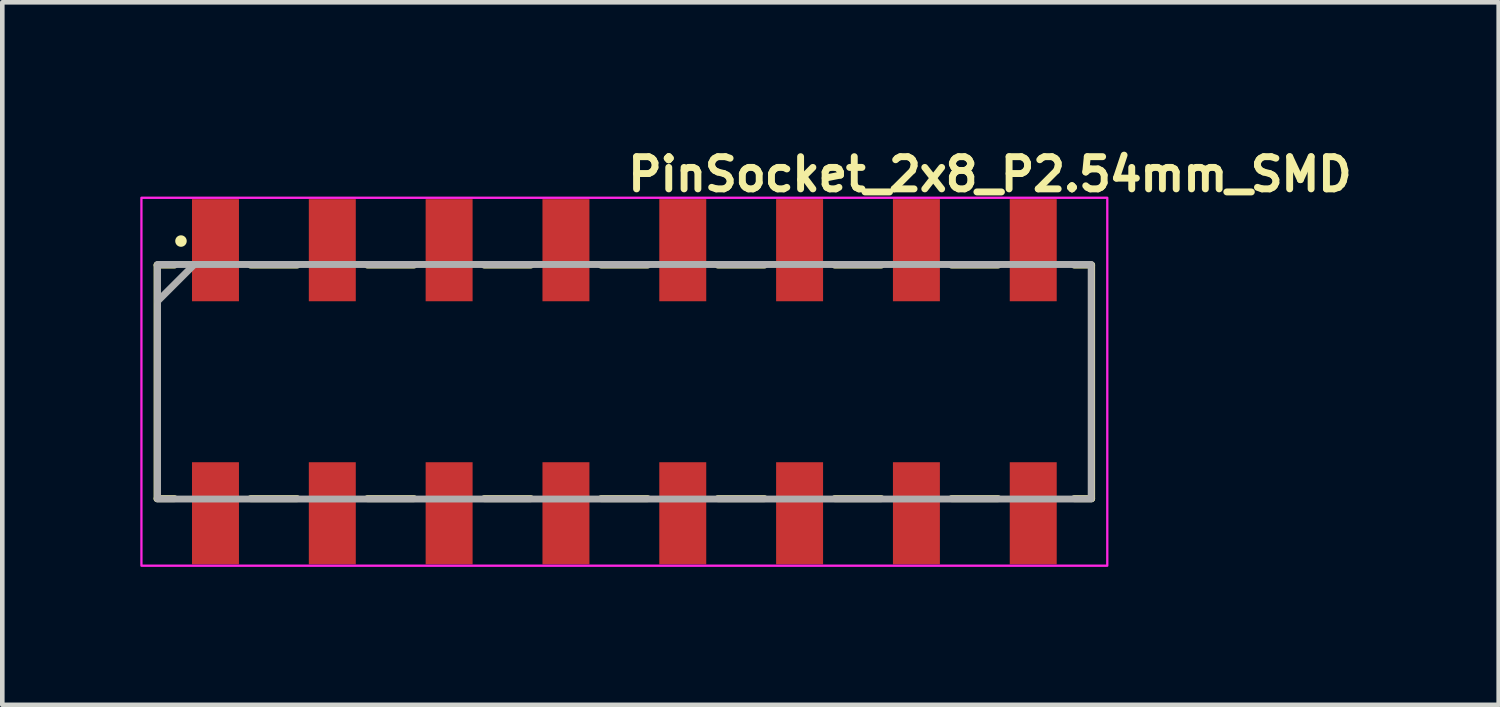
<source format=kicad_pcb>
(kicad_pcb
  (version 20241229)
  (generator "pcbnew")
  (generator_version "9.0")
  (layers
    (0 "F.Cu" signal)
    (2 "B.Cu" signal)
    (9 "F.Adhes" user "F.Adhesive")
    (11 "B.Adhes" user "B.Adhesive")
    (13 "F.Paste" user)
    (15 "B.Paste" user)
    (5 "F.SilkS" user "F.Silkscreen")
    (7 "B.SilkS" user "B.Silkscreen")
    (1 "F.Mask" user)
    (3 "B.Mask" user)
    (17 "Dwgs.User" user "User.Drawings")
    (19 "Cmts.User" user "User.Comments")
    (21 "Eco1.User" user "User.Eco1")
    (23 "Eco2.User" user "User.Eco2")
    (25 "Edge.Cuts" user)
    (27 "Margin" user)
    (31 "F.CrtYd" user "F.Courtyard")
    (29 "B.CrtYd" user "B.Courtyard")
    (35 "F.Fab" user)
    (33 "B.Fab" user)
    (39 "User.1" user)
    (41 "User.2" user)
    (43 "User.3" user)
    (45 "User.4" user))
  (footprint "PinSocket_2x8_P2.54mm_SMD"
    (layer "F.Cu")
    (at 10.525 5.25)
    (property "Reference" "PinSocket_2x8_P2.54mm_SMD" (at 0 -4.1 0) (unlocked yes) (layer "F.SilkS") (effects (font (size 0.7 0.7) (thickness 0.15)) (justify left bottom)))
    (attr smd)
    (fp_line (start -10.16 -2.537) (end -9.779 -2.537) (stroke (width 0.15) (type solid)) (layer "F.SilkS"))
    (fp_line (start -10.16 2.542) (end -10.16 -2.537) (stroke (width 0.15) (type solid)) (layer "F.SilkS"))
    (fp_line (start -10.16 2.542) (end -9.779 2.542) (stroke (width 0.15) (type solid)) (layer "F.SilkS"))
    (fp_line (start -8.128 -2.537) (end -7.112 -2.537) (stroke (width 0.15) (type solid)) (layer "F.SilkS"))
    (fp_line (start -8.128 2.542) (end -7.112 2.542) (stroke (width 0.15) (type solid)) (layer "F.SilkS"))
    (fp_line (start -5.588 -2.537) (end -4.572 -2.537) (stroke (width 0.15) (type solid)) (layer "F.SilkS"))
    (fp_line (start -5.588 2.542) (end -4.572 2.542) (stroke (width 0.15) (type solid)) (layer "F.SilkS"))
    (fp_line (start -3.048 -2.537) (end -2.032 -2.537) (stroke (width 0.15) (type solid)) (layer "F.SilkS"))
    (fp_line (start -3.048 2.542) (end -2.032 2.542) (stroke (width 0.15) (type solid)) (layer "F.SilkS"))
    (fp_line (start -0.508 -2.537) (end 0.508 -2.537) (stroke (width 0.15) (type solid)) (layer "F.SilkS"))
    (fp_line (start -0.508 2.542) (end 0.508 2.542) (stroke (width 0.15) (type solid)) (layer "F.SilkS"))
    (fp_line (start 2.032 -2.537) (end 3.048 -2.537) (stroke (width 0.15) (type solid)) (layer "F.SilkS"))
    (fp_line (start 2.032 2.542) (end 3.048 2.542) (stroke (width 0.15) (type solid)) (layer "F.SilkS"))
    (fp_line (start 4.572 -2.537) (end 5.588 -2.537) (stroke (width 0.15) (type solid)) (layer "F.SilkS"))
    (fp_line (start 4.572 2.542) (end 5.588 2.542) (stroke (width 0.15) (type solid)) (layer "F.SilkS"))
    (fp_line (start 7.112 -2.537) (end 8.128 -2.537) (stroke (width 0.15) (type solid)) (layer "F.SilkS"))
    (fp_line (start 7.112 2.542) (end 8.128 2.542) (stroke (width 0.15) (type solid)) (layer "F.SilkS"))
    (fp_line (start 9.779 -2.537) (end 10.16 -2.537) (stroke (width 0.15) (type solid)) (layer "F.SilkS"))
    (fp_line (start 9.779 2.542) (end 10.16 2.542) (stroke (width 0.15) (type solid)) (layer "F.SilkS"))
    (fp_line (start 10.16 2.542) (end 10.16 -2.537) (stroke (width 0.15) (type solid)) (layer "F.SilkS"))
    (fp_circle (center -9.64 -3.059) (end -9.59 -3.059) (stroke (width 0.15) (type solid)) (fill yes) (layer "F.SilkS"))
    (fp_rect (start -10.5 -4) (end 10.5 4) (stroke (width 0.05) (type solid)) (fill no) (layer "F.CrtYd"))
    (fp_line (start -9.35 -2.55) (end -10.15 -1.75) (stroke (width 0.15) (type solid)) (layer "F.Fab"))
    (fp_rect (start -10.15 -2.55) (end 10.15 2.55) (stroke (width 0.15) (type solid)) (fill no) (layer "F.Fab"))
    (fp_rect (start -10.16 -3.517) (end 10.16 3.517) (stroke (width 0.1) (type solid)) (fill no) (layer "User.5"))
    (fp_line (start -10.16 -2.54) (end -10.16 2.54) (stroke (width 0.02) (type solid)) (layer "User.9"))
    (fp_line (start -10.16 2.54) (end 10.16 2.54) (stroke (width 0.02) (type solid)) (layer "User.9"))
    (fp_line (start -9.334 -1.714) (end -9.334 -0.825) (stroke (width 0.02) (type solid)) (layer "User.9"))
    (fp_line (start -9.334 -0.825) (end -8.445 -0.825) (stroke (width 0.02) (type solid)) (layer "User.9"))
    (fp_line (start -9.334 0.825) (end -9.334 1.714) (stroke (width 0.02) (type solid)) (layer "User.9"))
    (fp_line (start -9.334 1.714) (end -8.445 1.714) (stroke (width 0.02) (type solid)) (layer "User.9"))
    (fp_line (start -9.144 -3.517) (end -9.144 -2.54) (stroke (width 0.02) (type solid)) (layer "User.9"))
    (fp_line (start -9.144 2.54) (end -9.144 3.517) (stroke (width 0.02) (type solid)) (layer "User.9"))
    (fp_line (start -8.635 -3.517) (end -9.144 -3.517) (stroke (width 0.02) (type solid)) (layer "User.9"))
    (fp_line (start -8.635 -3.517) (end -8.635 -2.54) (stroke (width 0.02) (type solid)) (layer "User.9"))
    (fp_line (start -8.635 2.54) (end -8.635 3.517) (stroke (width 0.02) (type solid)) (layer "User.9"))
    (fp_line (start -8.635 3.517) (end -9.144 3.517) (stroke (width 0.02) (type solid)) (layer "User.9"))
    (fp_line (start -8.445 -1.714) (end -9.334 -1.714) (stroke (width 0.02) (type solid)) (layer "User.9"))
    (fp_line (start -8.445 -1.714) (end -9.144 -1.714) (stroke (width 0.02) (type solid)) (layer "User.9"))
    (fp_line (start -8.445 -0.825) (end -8.445 -1.714) (stroke (width 0.02) (type solid)) (layer "User.9"))
    (fp_line (start -8.445 0.825) (end -9.334 0.825) (stroke (width 0.02) (type solid)) (layer "User.9"))
    (fp_line (start -8.445 1.714) (end -9.144 1.714) (stroke (width 0.02) (type solid)) (layer "User.9"))
    (fp_line (start -8.445 1.714) (end -8.445 0.825) (stroke (width 0.02) (type solid)) (layer "User.9"))
    (fp_line (start -7.81 -0.762) (end -7.429 -0.762) (stroke (width 0.02) (type solid)) (layer "User.9"))
    (fp_line (start -7.81 0.762) (end -7.81 -0.762) (stroke (width 0.02) (type solid)) (layer "User.9"))
    (fp_line (start -7.81 0.762) (end -7.429 0.762) (stroke (width 0.02) (type solid)) (layer "User.9"))
    (fp_line (start -7.429 -0.762) (end -7.429 0.762) (stroke (width 0.02) (type solid)) (layer "User.9"))
    (fp_line (start -6.794 -1.714) (end -6.794 -0.825) (stroke (width 0.02) (type solid)) (layer "User.9"))
    (fp_line (start -6.794 -0.825) (end -5.905 -0.825) (stroke (width 0.02) (type solid)) (layer "User.9"))
    (fp_line (start -6.794 0.825) (end -6.794 1.714) (stroke (width 0.02) (type solid)) (layer "User.9"))
    (fp_line (start -6.794 1.714) (end -5.905 1.714) (stroke (width 0.02) (type solid)) (layer "User.9"))
    (fp_line (start -6.604 -2.54) (end -6.604 -3.517) (stroke (width 0.02) (type solid)) (layer "User.9"))
    (fp_line (start -6.604 3.517) (end -6.604 2.54) (stroke (width 0.02) (type solid)) (layer "User.9"))
    (fp_line (start -6.096 -3.517) (end -6.604 -3.517) (stroke (width 0.02) (type solid)) (layer "User.9"))
    (fp_line (start -6.096 -3.517) (end -6.096 -2.54) (stroke (width 0.02) (type solid)) (layer "User.9"))
    (fp_line (start -6.096 2.54) (end -6.096 3.517) (stroke (width 0.02) (type solid)) (layer "User.9"))
    (fp_line (start -6.096 3.517) (end -6.604 3.517) (stroke (width 0.02) (type solid)) (layer "User.9"))
    (fp_line (start -5.905 -1.714) (end -6.794 -1.714) (stroke (width 0.02) (type solid)) (layer "User.9"))
    (fp_line (start -5.905 -1.714) (end -6.794 -1.714) (stroke (width 0.02) (type solid)) (layer "User.9"))
    (fp_line (start -5.905 -0.825) (end -5.905 -1.714) (stroke (width 0.02) (type solid)) (layer "User.9"))
    (fp_line (start -5.905 0.825) (end -6.794 0.825) (stroke (width 0.02) (type solid)) (layer "User.9"))
    (fp_line (start -5.905 1.714) (end -6.794 1.714) (stroke (width 0.02) (type solid)) (layer "User.9"))
    (fp_line (start -5.905 1.714) (end -5.905 0.825) (stroke (width 0.02) (type solid)) (layer "User.9"))
    (fp_line (start -5.27 -0.762) (end -5.016 -0.762) (stroke (width 0.02) (type solid)) (layer "User.9"))
    (fp_line (start -5.27 0.762) (end -5.27 -0.762) (stroke (width 0.02) (type solid)) (layer "User.9"))
    (fp_line (start -5.27 0.762) (end -5.016 0.762) (stroke (width 0.02) (type solid)) (layer "User.9"))
    (fp_line (start -5.016 -2.476) (end -5.016 1.333) (stroke (width 0.02) (type solid)) (layer "User.9"))
    (fp_line (start -5.016 1.333) (end -3.873 2.476) (stroke (width 0.02) (type solid)) (layer "User.9"))
    (fp_line (start -4.064 -2.54) (end -4.064 -3.517) (stroke (width 0.02) (type solid)) (layer "User.9"))
    (fp_line (start -4.064 3.517) (end -4.064 2.54) (stroke (width 0.02) (type solid)) (layer "User.9"))
    (fp_line (start -3.873 2.476) (end 5.016 2.476) (stroke (width 0.02) (type solid)) (layer "User.9"))
    (fp_line (start -3.556 -3.517) (end -4.064 -3.517) (stroke (width 0.02) (type solid)) (layer "User.9"))
    (fp_line (start -3.556 -3.517) (end -3.556 -2.54) (stroke (width 0.02) (type solid)) (layer "User.9"))
    (fp_line (start -3.556 2.54) (end -3.556 3.517) (stroke (width 0.02) (type solid)) (layer "User.9"))
    (fp_line (start -3.556 3.517) (end -4.064 3.517) (stroke (width 0.02) (type solid)) (layer "User.9"))
    (fp_line (start -1.524 -2.54) (end -1.524 -3.517) (stroke (width 0.02) (type solid)) (layer "User.9"))
    (fp_line (start -1.524 3.517) (end -1.524 2.54) (stroke (width 0.02) (type solid)) (layer "User.9"))
    (fp_line (start -1.016 -3.517) (end -1.524 -3.517) (stroke (width 0.02) (type solid)) (layer "User.9"))
    (fp_line (start -1.016 -3.517) (end -1.016 -2.54) (stroke (width 0.02) (type solid)) (layer "User.9"))
    (fp_line (start -1.016 2.54) (end -1.016 3.517) (stroke (width 0.02) (type solid)) (layer "User.9"))
    (fp_line (start -1.016 3.517) (end -1.524 3.517) (stroke (width 0.02) (type solid)) (layer "User.9"))
    (fp_line (start 1.016 -2.54) (end 1.016 -3.517) (stroke (width 0.02) (type solid)) (layer "User.9"))
    (fp_line (start 1.016 3.517) (end 1.016 2.54) (stroke (width 0.02) (type solid)) (layer "User.9"))
    (fp_line (start 1.524 -3.517) (end 1.016 -3.517) (stroke (width 0.02) (type solid)) (layer "User.9"))
    (fp_line (start 1.524 -3.517) (end 1.524 -2.54) (stroke (width 0.02) (type solid)) (layer "User.9"))
    (fp_line (start 1.524 2.54) (end 1.524 3.517) (stroke (width 0.02) (type solid)) (layer "User.9"))
    (fp_line (start 1.524 3.517) (end 1.016 3.517) (stroke (width 0.02) (type solid)) (layer "User.9"))
    (fp_line (start 3.556 -2.54) (end 3.556 -3.517) (stroke (width 0.02) (type solid)) (layer "User.9"))
    (fp_line (start 3.556 3.517) (end 3.556 2.54) (stroke (width 0.02) (type solid)) (layer "User.9"))
    (fp_line (start 4.064 -3.517) (end 3.556 -3.517) (stroke (width 0.02) (type solid)) (layer "User.9"))
    (fp_line (start 4.064 -3.517) (end 4.064 -2.54) (stroke (width 0.02) (type solid)) (layer "User.9"))
    (fp_line (start 4.064 2.54) (end 4.064 3.517) (stroke (width 0.02) (type solid)) (layer "User.9"))
    (fp_line (start 4.064 3.517) (end 3.556 3.517) (stroke (width 0.02) (type solid)) (layer "User.9"))
    (fp_line (start 5.016 -2.476) (end -5.016 -2.476) (stroke (width 0.02) (type solid)) (layer "User.9"))
    (fp_line (start 5.016 -0.762) (end 5.27 -0.762) (stroke (width 0.02) (type solid)) (layer "User.9"))
    (fp_line (start 5.016 0.762) (end 5.27 0.762) (stroke (width 0.02) (type solid)) (layer "User.9"))
    (fp_line (start 5.016 2.476) (end 5.016 -2.476) (stroke (width 0.02) (type solid)) (layer "User.9"))
    (fp_line (start 5.27 -0.762) (end 5.27 0.762) (stroke (width 0.02) (type solid)) (layer "User.9"))
    (fp_line (start 5.905 -1.714) (end 5.905 -0.825) (stroke (width 0.02) (type solid)) (layer "User.9"))
    (fp_line (start 5.905 -0.825) (end 6.794 -0.825) (stroke (width 0.02) (type solid)) (layer "User.9"))
    (fp_line (start 5.905 0.825) (end 5.905 1.714) (stroke (width 0.02) (type solid)) (layer "User.9"))
    (fp_line (start 5.905 1.714) (end 6.794 1.714) (stroke (width 0.02) (type solid)) (layer "User.9"))
    (fp_line (start 6.096 -2.54) (end 6.096 -3.517) (stroke (width 0.02) (type solid)) (layer "User.9"))
    (fp_line (start 6.096 3.517) (end 6.096 2.54) (stroke (width 0.02) (type solid)) (layer "User.9"))
    (fp_line (start 6.604 -3.517) (end 6.096 -3.517) (stroke (width 0.02) (type solid)) (layer "User.9"))
    (fp_line (start 6.604 -3.517) (end 6.604 -2.54) (stroke (width 0.02) (type solid)) (layer "User.9"))
    (fp_line (start 6.604 2.54) (end 6.604 3.517) (stroke (width 0.02) (type solid)) (layer "User.9"))
    (fp_line (start 6.604 3.517) (end 6.096 3.517) (stroke (width 0.02) (type solid)) (layer "User.9"))
    (fp_line (start 6.794 -1.714) (end 5.905 -1.714) (stroke (width 0.02) (type solid)) (layer "User.9"))
    (fp_line (start 6.794 -1.714) (end 5.905 -1.714) (stroke (width 0.02) (type solid)) (layer "User.9"))
    (fp_line (start 6.794 -0.825) (end 6.794 -1.714) (stroke (width 0.02) (type solid)) (layer "User.9"))
    (fp_line (start 6.794 0.825) (end 5.905 0.825) (stroke (width 0.02) (type solid)) (layer "User.9"))
    (fp_line (start 6.794 1.714) (end 5.905 1.714) (stroke (width 0.02) (type solid)) (layer "User.9"))
    (fp_line (start 6.794 1.714) (end 6.794 0.825) (stroke (width 0.02) (type solid)) (layer "User.9"))
    (fp_line (start 7.429 -0.762) (end 7.81 -0.762) (stroke (width 0.02) (type solid)) (layer "User.9"))
    (fp_line (start 7.429 0.762) (end 7.429 -0.762) (stroke (width 0.02) (type solid)) (layer "User.9"))
    (fp_line (start 7.429 0.762) (end 7.81 0.762) (stroke (width 0.02) (type solid)) (layer "User.9"))
    (fp_line (start 7.81 -0.762) (end 7.81 0.762) (stroke (width 0.02) (type solid)) (layer "User.9"))
    (fp_line (start 8.445 -1.714) (end 8.445 -0.825) (stroke (width 0.02) (type solid)) (layer "User.9"))
    (fp_line (start 8.445 -0.825) (end 9.334 -0.825) (stroke (width 0.02) (type solid)) (layer "User.9"))
    (fp_line (start 8.445 0.825) (end 8.445 1.714) (stroke (width 0.02) (type solid)) (layer "User.9"))
    (fp_line (start 8.445 1.714) (end 9.334 1.714) (stroke (width 0.02) (type solid)) (layer "User.9"))
    (fp_line (start 8.635 -2.54) (end 8.635 -3.517) (stroke (width 0.02) (type solid)) (layer "User.9"))
    (fp_line (start 8.635 3.517) (end 8.635 2.54) (stroke (width 0.02) (type solid)) (layer "User.9"))
    (fp_line (start 9.144 -3.517) (end 8.635 -3.517) (stroke (width 0.02) (type solid)) (layer "User.9"))
    (fp_line (start 9.144 -3.517) (end 9.144 -2.54) (stroke (width 0.02) (type solid)) (layer "User.9"))
    (fp_line (start 9.144 -1.714) (end 8.445 -1.714) (stroke (width 0.02) (type solid)) (layer "User.9"))
    (fp_line (start 9.144 1.714) (end 8.445 1.714) (stroke (width 0.02) (type solid)) (layer "User.9"))
    (fp_line (start 9.144 2.54) (end 9.144 3.517) (stroke (width 0.02) (type solid)) (layer "User.9"))
    (fp_line (start 9.144 3.517) (end 8.635 3.517) (stroke (width 0.02) (type solid)) (layer "User.9"))
    (fp_line (start 9.334 -1.714) (end 8.445 -1.714) (stroke (width 0.02) (type solid)) (layer "User.9"))
    (fp_line (start 9.334 -0.825) (end 9.334 -1.714) (stroke (width 0.02) (type solid)) (layer "User.9"))
    (fp_line (start 9.334 0.825) (end 8.445 0.825) (stroke (width 0.02) (type solid)) (layer "User.9"))
    (fp_line (start 9.334 1.714) (end 9.334 0.825) (stroke (width 0.02) (type solid)) (layer "User.9"))
    (fp_line (start 10.16 -2.54) (end -10.16 -2.54) (stroke (width 0.02) (type solid)) (layer "User.9"))
    (fp_line (start 10.16 2.54) (end 10.16 -2.54) (stroke (width 0.02) (type solid)) (layer "User.9"))
    (pad "1" smd rect (at -8.89 -2.86 180) (size 1.021 2.22) (layers "F.Cu" "F.Mask" "F.Paste"))
    (pad "2" smd rect (at -8.89 2.86 180) (size 1.021 2.22) (layers "F.Cu" "F.Mask" "F.Paste"))
    (pad "3" smd rect (at -6.35 -2.86 180) (size 1.021 2.22) (layers "F.Cu" "F.Mask" "F.Paste"))
    (pad "4" smd rect (at -6.35 2.86 180) (size 1.021 2.22) (layers "F.Cu" "F.Mask" "F.Paste"))
    (pad "5" smd rect (at -3.81 -2.86 180) (size 1.021 2.22) (layers "F.Cu" "F.Mask" "F.Paste"))
    (pad "6" smd rect (at -3.81 2.86 180) (size 1.021 2.22) (layers "F.Cu" "F.Mask" "F.Paste"))
    (pad "7" smd rect (at -1.27 -2.86 180) (size 1.021 2.22) (layers "F.Cu" "F.Mask" "F.Paste"))
    (pad "8" smd rect (at -1.27 2.86 180) (size 1.021 2.22) (layers "F.Cu" "F.Mask" "F.Paste"))
    (pad "9" smd rect (at 1.27 -2.86 180) (size 1.021 2.22) (layers "F.Cu" "F.Mask" "F.Paste"))
    (pad "10" smd rect (at 1.27 2.86 180) (size 1.021 2.22) (layers "F.Cu" "F.Mask" "F.Paste"))
    (pad "11" smd rect (at 3.81 -2.86 180) (size 1.021 2.22) (layers "F.Cu" "F.Mask" "F.Paste"))
    (pad "12" smd rect (at 3.81 2.86 180) (size 1.021 2.22) (layers "F.Cu" "F.Mask" "F.Paste"))
    (pad "13" smd rect (at 6.35 -2.86 180) (size 1.021 2.22) (layers "F.Cu" "F.Mask" "F.Paste"))
    (pad "14" smd rect (at 6.35 2.86 180) (size 1.021 2.22) (layers "F.Cu" "F.Mask" "F.Paste"))
    (pad "15" smd rect (at 8.89 -2.86 180) (size 1.021 2.22) (layers "F.Cu" "F.Mask" "F.Paste"))
    (pad "16" smd rect (at 8.89 2.86 180) (size 1.021 2.22) (layers "F.Cu" "F.Mask" "F.Paste")))
  (gr_rect
    (start -3 -3)
    (end 29.535 12.275)
    (stroke (width 0.1) (type default))
    (fill no)
    (layer "Edge.Cuts")))
</source>
